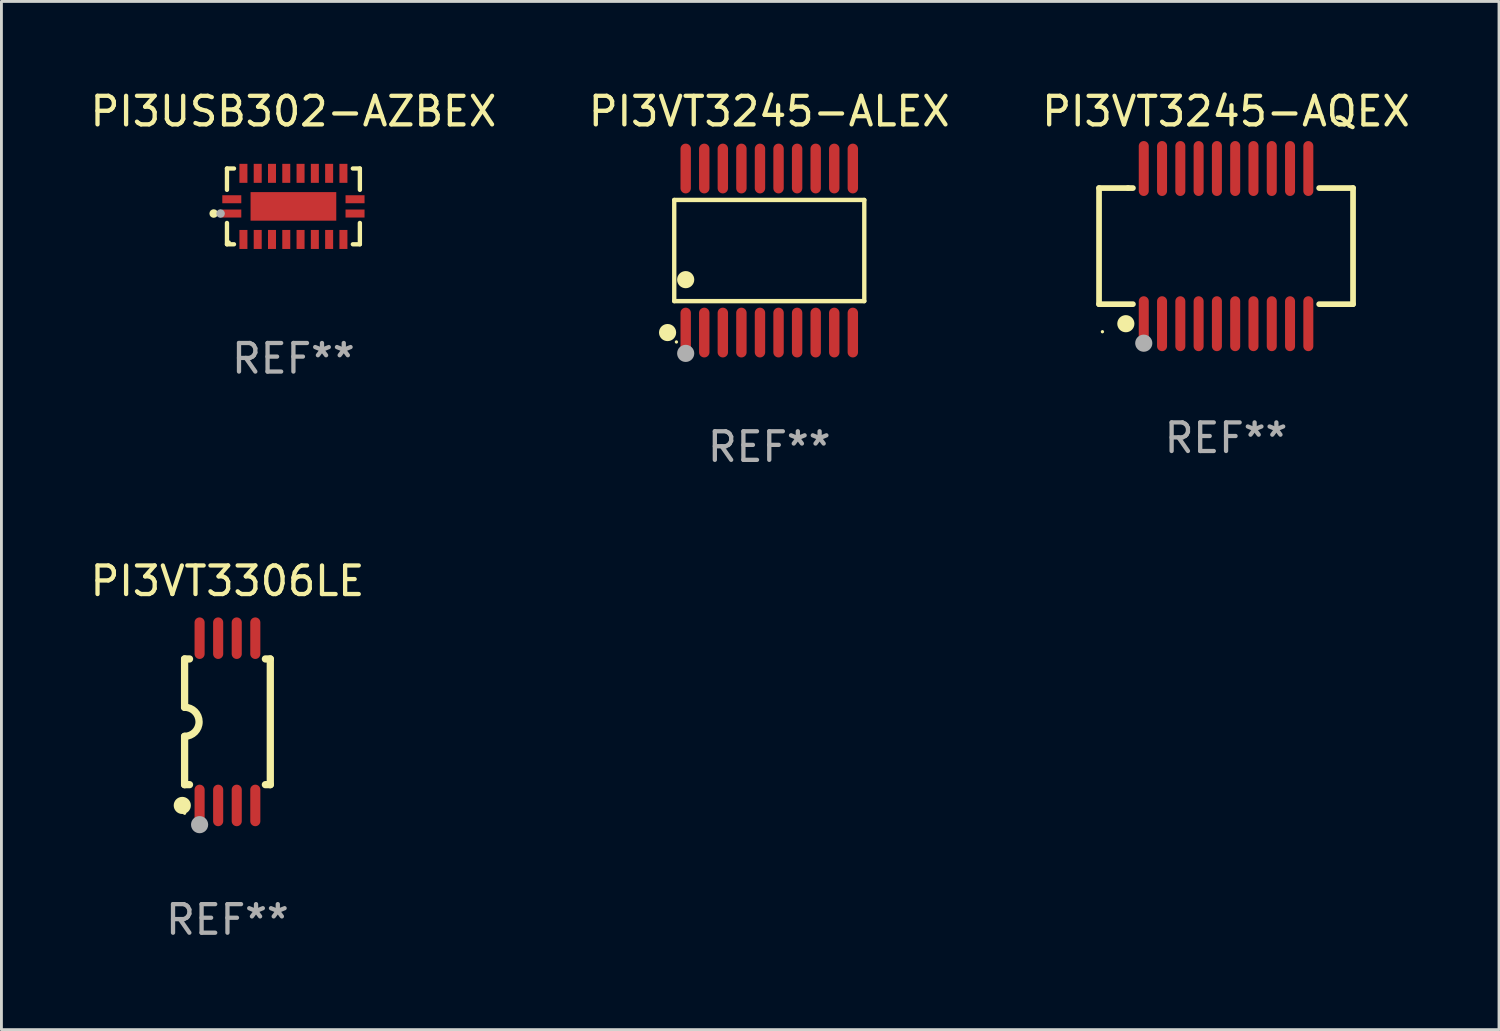
<source format=kicad_pcb>
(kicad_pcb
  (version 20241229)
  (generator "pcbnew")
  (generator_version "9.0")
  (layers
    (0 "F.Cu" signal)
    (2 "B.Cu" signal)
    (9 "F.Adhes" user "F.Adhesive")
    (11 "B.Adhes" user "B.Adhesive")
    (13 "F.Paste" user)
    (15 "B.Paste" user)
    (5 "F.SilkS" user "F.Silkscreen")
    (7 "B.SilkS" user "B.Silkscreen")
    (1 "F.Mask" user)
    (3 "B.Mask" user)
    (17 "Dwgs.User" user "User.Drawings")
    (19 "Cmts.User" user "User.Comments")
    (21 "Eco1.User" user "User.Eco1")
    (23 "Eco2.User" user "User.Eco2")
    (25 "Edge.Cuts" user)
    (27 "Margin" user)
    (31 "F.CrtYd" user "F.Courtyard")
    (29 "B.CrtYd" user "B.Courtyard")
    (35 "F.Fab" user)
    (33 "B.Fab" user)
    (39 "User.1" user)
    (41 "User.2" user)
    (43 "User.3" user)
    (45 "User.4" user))
  (footprint "PI3VT3245-AQEX"
    (layer "F.Cu")
    (at 39.863 5.564)
    (property "Reference" "PI3VT3245-AQEX" (at 0 -4.716 0) (layer "F.SilkS") (effects (font (size 1 1) (thickness 0.15))))
    (attr through_hole)
    (fp_line (start -4.445 -2.032) (end -4.445 2.032) (stroke (width 0.2) (type solid)) (layer "F.SilkS"))
    (fp_line (start -4.445 2.032) (end -3.259 2.032) (stroke (width 0.2) (type solid)) (layer "F.SilkS"))
    (fp_line (start -3.429 -2.032) (end -4.445 -2.032) (stroke (width 0.2) (type solid)) (layer "F.SilkS"))
    (fp_line (start -3.259 -2.032) (end -3.429 -2.032) (stroke (width 0.2) (type solid)) (layer "F.SilkS"))
    (fp_line (start 3.259 2.032) (end 4.445 2.032) (stroke (width 0.2) (type solid)) (layer "F.SilkS"))
    (fp_line (start 4.445 -2.032) (end 3.259 -2.032) (stroke (width 0.2) (type solid)) (layer "F.SilkS"))
    (fp_line (start 4.445 2.032) (end 4.445 -2.032) (stroke (width 0.2) (type solid)) (layer "F.SilkS"))
    (fp_circle (center -4.327 2.997) (end -4.297 2.997) (stroke (width 0.06) (type solid)) (fill no) (layer "F.SilkS"))
    (fp_circle (center -3.507 2.716) (end -3.357 2.716) (stroke (width 0.3) (type solid)) (fill no) (layer "F.SilkS"))
    (fp_circle (center -2.88 3.398) (end -2.73 3.398) (stroke (width 0.3) (type solid)) (fill no) (layer "F.Fab"))
    (fp_text user "REF**" (at 0 6.716 0) (layer "F.Fab") (effects (font (size 1 1) (thickness 0.15))))
    (pad "1" smd oval (at -2.88 2.716) (size 0.35 1.922) (layers "F.Cu" "F.Mask" "F.Paste"))
    (pad "2" smd oval (at -2.24 2.716) (size 0.35 1.922) (layers "F.Cu" "F.Mask" "F.Paste"))
    (pad "3" smd oval (at -1.6 2.716) (size 0.35 1.922) (layers "F.Cu" "F.Mask" "F.Paste"))
    (pad "4" smd oval (at -0.96 2.716) (size 0.35 1.922) (layers "F.Cu" "F.Mask" "F.Paste"))
    (pad "5" smd oval (at -0.32 2.716) (size 0.35 1.922) (layers "F.Cu" "F.Mask" "F.Paste"))
    (pad "6" smd oval (at 0.32 2.716) (size 0.35 1.922) (layers "F.Cu" "F.Mask" "F.Paste"))
    (pad "7" smd oval (at 0.96 2.716) (size 0.35 1.922) (layers "F.Cu" "F.Mask" "F.Paste"))
    (pad "8" smd oval (at 1.6 2.716) (size 0.35 1.922) (layers "F.Cu" "F.Mask" "F.Paste"))
    (pad "9" smd oval (at 2.24 2.716) (size 0.35 1.922) (layers "F.Cu" "F.Mask" "F.Paste"))
    (pad "10" smd oval (at 2.88 2.716) (size 0.35 1.922) (layers "F.Cu" "F.Mask" "F.Paste"))
    (pad "11" smd oval (at 2.88 -2.716) (size 0.35 1.922) (layers "F.Cu" "F.Mask" "F.Paste"))
    (pad "12" smd oval (at 2.24 -2.716) (size 0.35 1.922) (layers "F.Cu" "F.Mask" "F.Paste"))
    (pad "13" smd oval (at 1.6 -2.716) (size 0.35 1.922) (layers "F.Cu" "F.Mask" "F.Paste"))
    (pad "14" smd oval (at 0.96 -2.716) (size 0.35 1.922) (layers "F.Cu" "F.Mask" "F.Paste"))
    (pad "15" smd oval (at 0.32 -2.716) (size 0.35 1.922) (layers "F.Cu" "F.Mask" "F.Paste"))
    (pad "16" smd oval (at -0.32 -2.716) (size 0.35 1.922) (layers "F.Cu" "F.Mask" "F.Paste"))
    (pad "17" smd oval (at -0.96 -2.716) (size 0.35 1.922) (layers "F.Cu" "F.Mask" "F.Paste"))
    (pad "18" smd oval (at -1.6 -2.716) (size 0.35 1.922) (layers "F.Cu" "F.Mask" "F.Paste"))
    (pad "19" smd oval (at -2.24 -2.716) (size 0.35 1.922) (layers "F.Cu" "F.Mask" "F.Paste"))
    (pad "20" smd oval (at -2.88 -2.716) (size 0.35 1.922) (layers "F.Cu" "F.Mask" "F.Paste")))
  (footprint "PI3USB302-AZBEX"
    (layer "F.Cu")
    (at 7.22 4.174)
    (property "Reference" "PI3USB302-AZBEX" (at 0 -3.326 0) (layer "F.SilkS") (effects (font (size 1 1) (thickness 0.15))))
    (attr through_hole)
    (fp_line (start -2.326 -1.326) (end -2.08 -1.326) (stroke (width 0.152) (type solid)) (layer "F.SilkS"))
    (fp_line (start -2.326 -0.58) (end -2.326 -1.326) (stroke (width 0.152) (type solid)) (layer "F.SilkS"))
    (fp_line (start -2.326 0.58) (end -2.326 1.326) (stroke (width 0.152) (type solid)) (layer "F.SilkS"))
    (fp_line (start -2.326 1.326) (end -2.08 1.326) (stroke (width 0.152) (type solid)) (layer "F.SilkS"))
    (fp_line (start 2.326 -1.326) (end 2.08 -1.326) (stroke (width 0.152) (type solid)) (layer "F.SilkS"))
    (fp_line (start 2.326 -0.58) (end 2.326 -1.326) (stroke (width 0.152) (type solid)) (layer "F.SilkS"))
    (fp_line (start 2.326 0.58) (end 2.326 1.326) (stroke (width 0.152) (type solid)) (layer "F.SilkS"))
    (fp_line (start 2.326 1.326) (end 2.08 1.326) (stroke (width 0.152) (type solid)) (layer "F.SilkS"))
    (fp_circle (center -2.79 0.25) (end -2.715 0.25) (stroke (width 0.15) (type solid)) (fill no) (layer "F.SilkS"))
    (fp_circle (center -2.25 1.25) (end -2.22 1.25) (stroke (width 0.06) (type solid)) (fill no) (layer "F.SilkS"))
    (fp_circle (center -2.55 0.25) (end -2.475 0.25) (stroke (width 0.15) (type solid)) (fill no) (layer "F.Fab"))
    (fp_text user "REF**" (at 0 5.326 0) (layer "F.Fab") (effects (font (size 1 1) (thickness 0.15))))
    (pad "1" smd rect (at -2.157 0.25) (size 0.665 0.28) (layers "F.Cu" "F.Mask" "F.Paste"))
    (pad "2" smd rect (at -1.75 1.157) (size 0.28 0.665) (layers "F.Cu" "F.Mask" "F.Paste"))
    (pad "3" smd rect (at -1.25 1.157) (size 0.28 0.665) (layers "F.Cu" "F.Mask" "F.Paste"))
    (pad "4" smd rect (at -0.75 1.157) (size 0.28 0.665) (layers "F.Cu" "F.Mask" "F.Paste"))
    (pad "5" smd rect (at -0.25 1.157) (size 0.28 0.665) (layers "F.Cu" "F.Mask" "F.Paste"))
    (pad "6" smd rect (at 0.25 1.157) (size 0.28 0.665) (layers "F.Cu" "F.Mask" "F.Paste"))
    (pad "7" smd rect (at 0.75 1.157) (size 0.28 0.665) (layers "F.Cu" "F.Mask" "F.Paste"))
    (pad "8" smd rect (at 1.25 1.157) (size 0.28 0.665) (layers "F.Cu" "F.Mask" "F.Paste"))
    (pad "9" smd rect (at 1.75 1.157) (size 0.28 0.665) (layers "F.Cu" "F.Mask" "F.Paste"))
    (pad "10" smd rect (at 2.157 0.25) (size 0.665 0.28) (layers "F.Cu" "F.Mask" "F.Paste"))
    (pad "11" smd rect (at 2.157 -0.25) (size 0.665 0.28) (layers "F.Cu" "F.Mask" "F.Paste"))
    (pad "12" smd rect (at 1.75 -1.157) (size 0.28 0.665) (layers "F.Cu" "F.Mask" "F.Paste"))
    (pad "13" smd rect (at 1.25 -1.157) (size 0.28 0.665) (layers "F.Cu" "F.Mask" "F.Paste"))
    (pad "14" smd rect (at 0.75 -1.157) (size 0.28 0.665) (layers "F.Cu" "F.Mask" "F.Paste"))
    (pad "15" smd rect (at 0.25 -1.157) (size 0.28 0.665) (layers "F.Cu" "F.Mask" "F.Paste"))
    (pad "16" smd rect (at -0.25 -1.157) (size 0.28 0.665) (layers "F.Cu" "F.Mask" "F.Paste"))
    (pad "17" smd rect (at -0.75 -1.157) (size 0.28 0.665) (layers "F.Cu" "F.Mask" "F.Paste"))
    (pad "18" smd rect (at -1.25 -1.157) (size 0.28 0.665) (layers "F.Cu" "F.Mask" "F.Paste"))
    (pad "19" smd rect (at -1.75 -1.157) (size 0.28 0.665) (layers "F.Cu" "F.Mask" "F.Paste"))
    (pad "20" smd rect (at -2.157 -0.25) (size 0.665 0.28) (layers "F.Cu" "F.Mask" "F.Paste"))
    (pad "21" smd rect (at 0 0) (size 3 1) (layers "F.Cu" "F.Mask" "F.Paste")))
  (footprint "PI3VT3245-ALEX"
    (layer "F.Cu")
    (at 23.875 5.719)
    (property "Reference" "PI3VT3245-ALEX" (at 0 -4.871 0) (layer "F.SilkS") (effects (font (size 1 1) (thickness 0.15))))
    (attr through_hole)
    (fp_line (start -3.326 -1.771) (end 3.326 -1.771) (stroke (width 0.152) (type solid)) (layer "F.SilkS"))
    (fp_line (start -3.326 1.771) (end -3.326 -1.771) (stroke (width 0.152) (type solid)) (layer "F.SilkS"))
    (fp_line (start 3.326 -1.771) (end 3.326 1.771) (stroke (width 0.152) (type solid)) (layer "F.SilkS"))
    (fp_line (start 3.326 1.771) (end -3.326 1.771) (stroke (width 0.152) (type solid)) (layer "F.SilkS"))
    (fp_circle (center -3.559 2.871) (end -3.409 2.871) (stroke (width 0.3) (type solid)) (fill no) (layer "F.SilkS"))
    (fp_circle (center -3.25 3.2) (end -3.22 3.2) (stroke (width 0.06) (type solid)) (fill no) (layer "F.SilkS"))
    (fp_circle (center -2.925 1.019) (end -2.775 1.019) (stroke (width 0.3) (type solid)) (fill no) (layer "F.SilkS"))
    (fp_circle (center -2.925 3.6) (end -2.775 3.6) (stroke (width 0.3) (type solid)) (fill no) (layer "F.Fab"))
    (fp_text user "REF**" (at 0 6.871 0) (layer "F.Fab") (effects (font (size 1 1) (thickness 0.15))))
    (pad "1" smd oval (at -2.925 2.871) (size 0.364 1.742) (layers "F.Cu" "F.Mask" "F.Paste"))
    (pad "2" smd oval (at -2.275 2.871) (size 0.364 1.742) (layers "F.Cu" "F.Mask" "F.Paste"))
    (pad "3" smd oval (at -1.625 2.871) (size 0.364 1.742) (layers "F.Cu" "F.Mask" "F.Paste"))
    (pad "4" smd oval (at -0.975 2.871) (size 0.364 1.742) (layers "F.Cu" "F.Mask" "F.Paste"))
    (pad "5" smd oval (at -0.325 2.871) (size 0.364 1.742) (layers "F.Cu" "F.Mask" "F.Paste"))
    (pad "6" smd oval (at 0.325 2.871) (size 0.364 1.742) (layers "F.Cu" "F.Mask" "F.Paste"))
    (pad "7" smd oval (at 0.975 2.871) (size 0.364 1.742) (layers "F.Cu" "F.Mask" "F.Paste"))
    (pad "8" smd oval (at 1.625 2.871) (size 0.364 1.742) (layers "F.Cu" "F.Mask" "F.Paste"))
    (pad "9" smd oval (at 2.275 2.871) (size 0.364 1.742) (layers "F.Cu" "F.Mask" "F.Paste"))
    (pad "10" smd oval (at 2.925 2.871) (size 0.364 1.742) (layers "F.Cu" "F.Mask" "F.Paste"))
    (pad "11" smd oval (at 2.925 -2.871) (size 0.364 1.742) (layers "F.Cu" "F.Mask" "F.Paste"))
    (pad "12" smd oval (at 2.275 -2.871) (size 0.364 1.742) (layers "F.Cu" "F.Mask" "F.Paste"))
    (pad "13" smd oval (at 1.625 -2.871) (size 0.364 1.742) (layers "F.Cu" "F.Mask" "F.Paste"))
    (pad "14" smd oval (at 0.975 -2.871) (size 0.364 1.742) (layers "F.Cu" "F.Mask" "F.Paste"))
    (pad "15" smd oval (at 0.325 -2.871) (size 0.364 1.742) (layers "F.Cu" "F.Mask" "F.Paste"))
    (pad "16" smd oval (at -0.325 -2.871) (size 0.364 1.742) (layers "F.Cu" "F.Mask" "F.Paste"))
    (pad "17" smd oval (at -0.975 -2.871) (size 0.364 1.742) (layers "F.Cu" "F.Mask" "F.Paste"))
    (pad "18" smd oval (at -1.625 -2.871) (size 0.364 1.742) (layers "F.Cu" "F.Mask" "F.Paste"))
    (pad "19" smd oval (at -2.275 -2.871) (size 0.364 1.742) (layers "F.Cu" "F.Mask" "F.Paste"))
    (pad "20" smd oval (at -2.925 -2.871) (size 0.364 1.742) (layers "F.Cu" "F.Mask" "F.Paste")))
  (footprint "PI3VT3306LE"
    (layer "F.Cu")
    (at 4.911 22.214)
    (property "Reference" "PI3VT3306LE" (at 0 -4.927 0) (layer "F.SilkS") (effects (font (size 1 1) (thickness 0.15))))
    (attr through_hole)
    (fp_line (start -1.5 -2.2) (end -1.5 -0.508) (stroke (width 0.254) (type solid)) (layer "F.SilkS"))
    (fp_line (start -1.5 -2.2) (end -1.328 -2.2) (stroke (width 0.254) (type solid)) (layer "F.SilkS"))
    (fp_line (start -1.5 2.2) (end -1.5 0.508) (stroke (width 0.254) (type solid)) (layer "F.SilkS"))
    (fp_line (start -1.5 2.2) (end -1.328 2.2) (stroke (width 0.254) (type solid)) (layer "F.SilkS"))
    (fp_line (start 1.328 -2.2) (end 1.5 -2.2) (stroke (width 0.254) (type solid)) (layer "F.SilkS"))
    (fp_line (start 1.328 2.2) (end 1.5 2.2) (stroke (width 0.254) (type solid)) (layer "F.SilkS"))
    (fp_line (start 1.5 -2.2) (end 1.5 2.2) (stroke (width 0.254) (type solid)) (layer "F.SilkS"))
    (fp_arc (start -1.501144 -0.508) (mid -0.993143 -0.000571) (end -1.5 0.508001) (stroke (width 0.254001) (type solid)) (layer "F.SilkS"))
    (fp_circle (center -1.581 2.927) (end -1.431 2.927) (stroke (width 0.3) (type solid)) (fill no) (layer "F.SilkS"))
    (fp_circle (center -1.5 3.2) (end -1.47 3.2) (stroke (width 0.06) (type solid)) (fill no) (layer "F.SilkS"))
    (fp_circle (center -0.975 3.6) (end -0.825 3.6) (stroke (width 0.3) (type solid)) (fill no) (layer "F.Fab"))
    (fp_text user "REF**" (at 0 6.927 0) (layer "F.Fab") (effects (font (size 1 1) (thickness 0.15))))
    (pad "1" smd oval (at -0.975 2.927) (size 0.353 1.454) (layers "F.Cu" "F.Mask" "F.Paste"))
    (pad "2" smd oval (at -0.325 2.927) (size 0.353 1.454) (layers "F.Cu" "F.Mask" "F.Paste"))
    (pad "3" smd oval (at 0.325 2.927) (size 0.353 1.454) (layers "F.Cu" "F.Mask" "F.Paste"))
    (pad "4" smd oval (at 0.975 2.927) (size 0.353 1.454) (layers "F.Cu" "F.Mask" "F.Paste"))
    (pad "5" smd oval (at 0.975 -2.927) (size 0.353 1.454) (layers "F.Cu" "F.Mask" "F.Paste"))
    (pad "6" smd oval (at 0.325 -2.927) (size 0.353 1.454) (layers "F.Cu" "F.Mask" "F.Paste"))
    (pad "7" smd oval (at -0.325 -2.927) (size 0.353 1.454) (layers "F.Cu" "F.Mask" "F.Paste"))
    (pad "8" smd oval (at -0.975 -2.927) (size 0.353 1.454) (layers "F.Cu" "F.Mask" "F.Paste")))
  (gr_rect
    (start -3 -3)
    (end 49.417 32.989)
    (stroke (width 0.1) (type default))
    (fill no)
    (layer "Edge.Cuts")))
</source>
